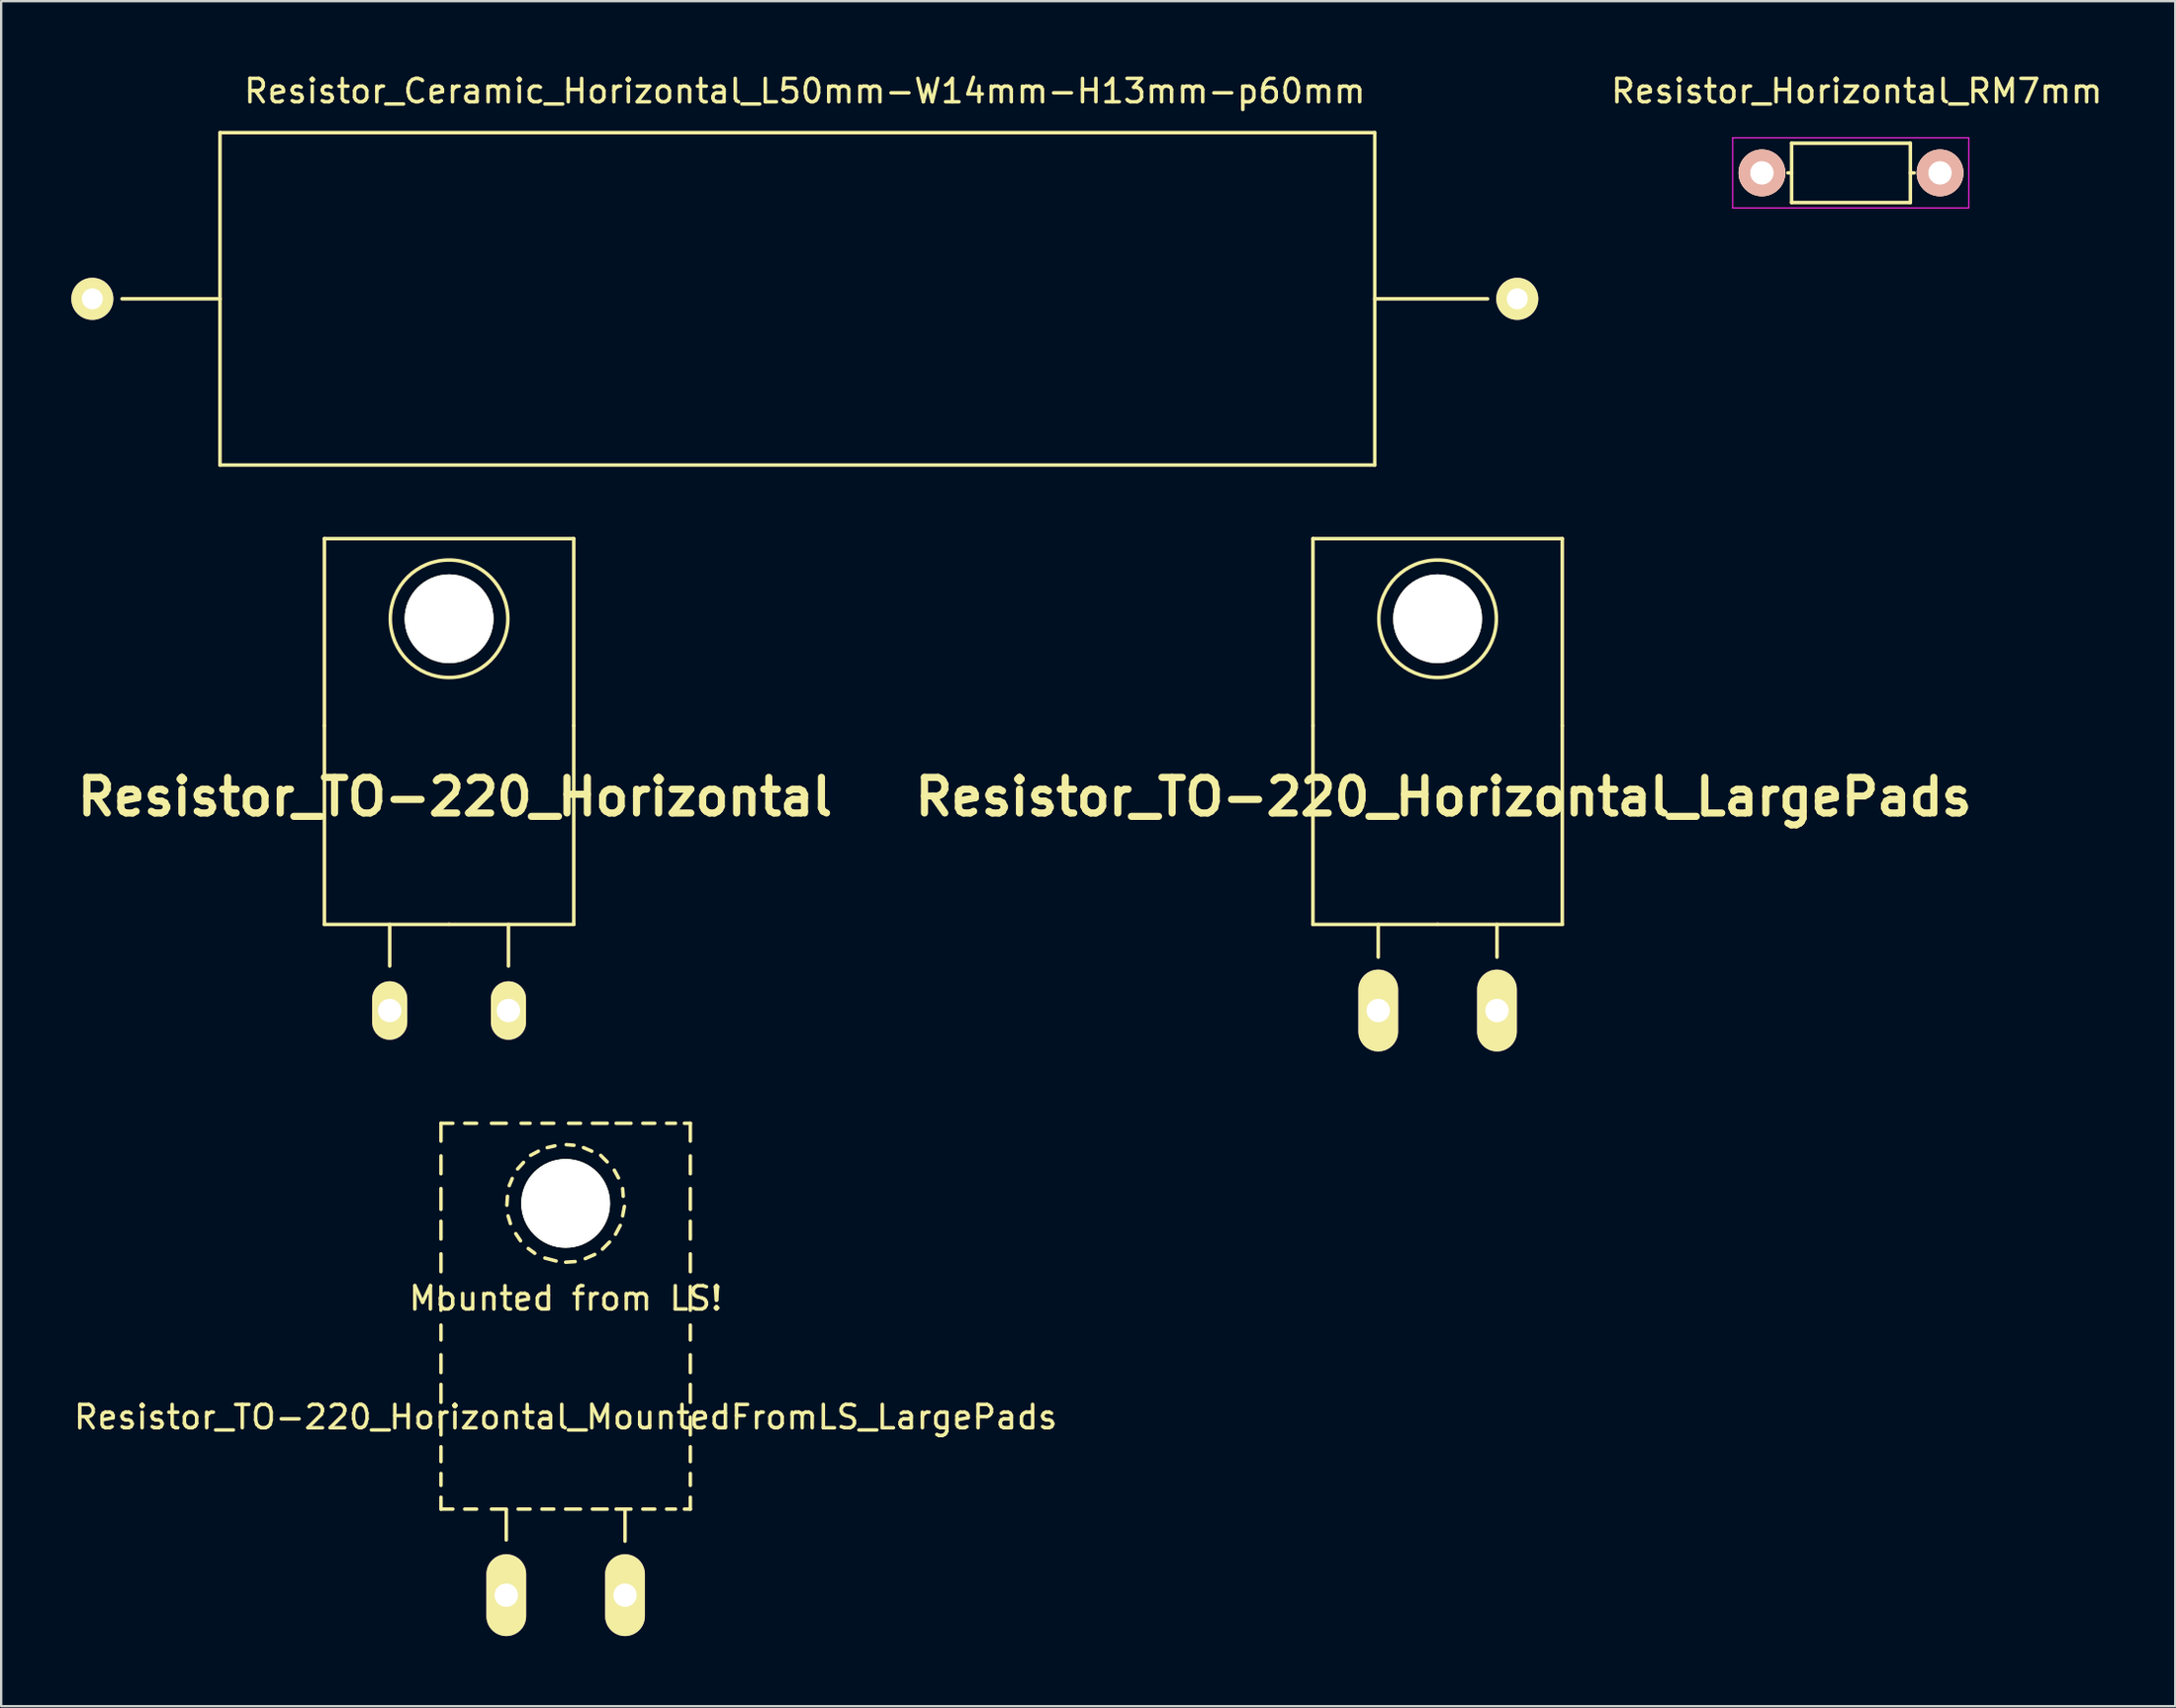
<source format=kicad_pcb>
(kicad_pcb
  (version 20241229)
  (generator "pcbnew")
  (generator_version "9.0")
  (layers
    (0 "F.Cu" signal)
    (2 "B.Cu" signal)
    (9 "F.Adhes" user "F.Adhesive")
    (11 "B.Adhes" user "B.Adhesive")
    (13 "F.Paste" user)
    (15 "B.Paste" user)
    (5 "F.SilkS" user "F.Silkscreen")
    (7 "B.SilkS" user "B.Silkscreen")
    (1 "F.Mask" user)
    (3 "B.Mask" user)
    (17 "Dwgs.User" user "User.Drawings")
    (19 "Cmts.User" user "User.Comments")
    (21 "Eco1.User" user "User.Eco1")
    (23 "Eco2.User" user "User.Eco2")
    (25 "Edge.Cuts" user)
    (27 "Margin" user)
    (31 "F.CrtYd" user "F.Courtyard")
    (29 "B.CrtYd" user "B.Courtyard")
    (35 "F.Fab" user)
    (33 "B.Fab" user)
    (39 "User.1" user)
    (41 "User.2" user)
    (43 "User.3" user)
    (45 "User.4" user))
  (footprint "Resistor_TO-220_Horizontal_MountedFromLS_LargePads"
    (layer "F.Cu")
    (at 21.149 65.211)
    (property "Reference" "Resistor_TO-220_Horizontal_MountedFromLS_LargePads" (at 0 -7.62 0) (layer "F.SilkS") (effects (font (size 1 1) (thickness 0.15))))
    (attr through_hole)
    (fp_line (start -5.334 -20.193) (end -5.334 -19.431) (stroke (width 0.15) (type solid)) (layer "F.SilkS"))
    (fp_line (start -5.334 -20.193) (end -4.826 -20.193) (stroke (width 0.15) (type solid)) (layer "F.SilkS"))
    (fp_line (start -5.334 -18.796) (end -5.334 -18.034) (stroke (width 0.15) (type solid)) (layer "F.SilkS"))
    (fp_line (start -5.334 -17.399) (end -5.334 -16.51) (stroke (width 0.15) (type solid)) (layer "F.SilkS"))
    (fp_line (start -5.334 -16.002) (end -5.334 -15.24) (stroke (width 0.15) (type solid)) (layer "F.SilkS"))
    (fp_line (start -5.334 -14.605) (end -5.334 -13.843) (stroke (width 0.15) (type solid)) (layer "F.SilkS"))
    (fp_line (start -5.334 -13.208) (end -5.334 -12.192) (stroke (width 0.15) (type solid)) (layer "F.SilkS"))
    (fp_line (start -5.334 -11.557) (end -5.334 -10.922) (stroke (width 0.15) (type solid)) (layer "F.SilkS"))
    (fp_line (start -5.334 -10.287) (end -5.334 -9.525) (stroke (width 0.15) (type solid)) (layer "F.SilkS"))
    (fp_line (start -5.334 -9.017) (end -5.334 -8.255) (stroke (width 0.15) (type solid)) (layer "F.SilkS"))
    (fp_line (start -5.334 -7.62) (end -5.334 -6.858) (stroke (width 0.15) (type solid)) (layer "F.SilkS"))
    (fp_line (start -5.334 -6.35) (end -5.334 -5.715) (stroke (width 0.15) (type solid)) (layer "F.SilkS"))
    (fp_line (start -5.334 -5.207) (end -5.334 -4.699) (stroke (width 0.15) (type solid)) (layer "F.SilkS"))
    (fp_line (start -5.334 -4.191) (end -5.334 -3.683) (stroke (width 0.15) (type solid)) (layer "F.SilkS"))
    (fp_line (start -5.334 -3.683) (end -4.826 -3.683) (stroke (width 0.15) (type solid)) (layer "F.SilkS"))
    (fp_line (start -4.318 -20.193) (end -3.81 -20.193) (stroke (width 0.15) (type solid)) (layer "F.SilkS"))
    (fp_line (start -4.318 -3.683) (end -3.81 -3.683) (stroke (width 0.15) (type solid)) (layer "F.SilkS"))
    (fp_line (start -3.175 -20.193) (end -2.54 -20.193) (stroke (width 0.15) (type solid)) (layer "F.SilkS"))
    (fp_line (start -3.175 -3.683) (end -2.54 -3.683) (stroke (width 0.15) (type solid)) (layer "F.SilkS"))
    (fp_line (start -2.54 -3.658) (end -2.54 -2.362) (stroke (width 0.15) (type solid)) (layer "F.SilkS"))
    (fp_line (start -2.515 -16.688) (end -2.489 -17.069) (stroke (width 0.15) (type solid)) (layer "F.SilkS"))
    (fp_line (start -2.413 -17.526) (end -2.286 -17.831) (stroke (width 0.15) (type solid)) (layer "F.SilkS"))
    (fp_line (start -2.362 -15.9) (end -2.464 -16.231) (stroke (width 0.15) (type solid)) (layer "F.SilkS"))
    (fp_line (start -2.057 -18.237) (end -1.803 -18.517) (stroke (width 0.15) (type solid)) (layer "F.SilkS"))
    (fp_line (start -2.032 -3.683) (end -1.524 -3.683) (stroke (width 0.15) (type solid)) (layer "F.SilkS"))
    (fp_line (start -1.93 -15.164) (end -2.134 -15.469) (stroke (width 0.15) (type solid)) (layer "F.SilkS"))
    (fp_line (start -1.905 -20.193) (end -1.524 -20.193) (stroke (width 0.15) (type solid)) (layer "F.SilkS"))
    (fp_line (start -1.499 -18.821) (end -1.168 -18.999) (stroke (width 0.15) (type solid)) (layer "F.SilkS"))
    (fp_line (start -1.321 -14.63) (end -1.6 -14.834) (stroke (width 0.15) (type solid)) (layer "F.SilkS"))
    (fp_line (start -1.016 -20.193) (end -0.508 -20.193) (stroke (width 0.15) (type solid)) (layer "F.SilkS"))
    (fp_line (start -1.016 -3.683) (end -0.508 -3.683) (stroke (width 0.15) (type solid)) (layer "F.SilkS"))
    (fp_line (start -0.787 -19.152) (end -0.457 -19.228) (stroke (width 0.15) (type solid)) (layer "F.SilkS"))
    (fp_line (start -0.406 -14.3) (end -0.889 -14.427) (stroke (width 0.15) (type solid)) (layer "F.SilkS"))
    (fp_line (start 0 -3.683) (end 0.635 -3.683) (stroke (width 0.15) (type solid)) (layer "F.SilkS"))
    (fp_line (start 0.025 -19.279) (end 0.356 -19.253) (stroke (width 0.15) (type solid)) (layer "F.SilkS"))
    (fp_line (start 0.127 -20.193) (end 0.635 -20.193) (stroke (width 0.15) (type solid)) (layer "F.SilkS"))
    (fp_line (start 0.406 -14.275) (end 0 -14.249) (stroke (width 0.15) (type solid)) (layer "F.SilkS"))
    (fp_line (start 0.762 -19.152) (end 1.118 -18.999) (stroke (width 0.15) (type solid)) (layer "F.SilkS"))
    (fp_line (start 1.143 -20.193) (end 1.778 -20.193) (stroke (width 0.15) (type solid)) (layer "F.SilkS"))
    (fp_line (start 1.143 -3.683) (end 1.778 -3.683) (stroke (width 0.15) (type solid)) (layer "F.SilkS"))
    (fp_line (start 1.245 -14.58) (end 0.838 -14.402) (stroke (width 0.15) (type solid)) (layer "F.SilkS"))
    (fp_line (start 1.499 -18.821) (end 1.778 -18.542) (stroke (width 0.15) (type solid)) (layer "F.SilkS"))
    (fp_line (start 1.88 -15.113) (end 1.575 -14.808) (stroke (width 0.15) (type solid)) (layer "F.SilkS"))
    (fp_line (start 2.083 -18.186) (end 2.261 -17.856) (stroke (width 0.15) (type solid)) (layer "F.SilkS"))
    (fp_line (start 2.159 -20.193) (end 2.794 -20.193) (stroke (width 0.15) (type solid)) (layer "F.SilkS"))
    (fp_line (start 2.159 -3.683) (end 2.794 -3.683) (stroke (width 0.15) (type solid)) (layer "F.SilkS"))
    (fp_line (start 2.337 -15.824) (end 2.134 -15.443) (stroke (width 0.15) (type solid)) (layer "F.SilkS"))
    (fp_line (start 2.438 -17.399) (end 2.464 -17.069) (stroke (width 0.15) (type solid)) (layer "F.SilkS"))
    (fp_line (start 2.515 -16.637) (end 2.438 -16.231) (stroke (width 0.15) (type solid)) (layer "F.SilkS"))
    (fp_line (start 2.54 -3.658) (end 2.54 -2.311) (stroke (width 0.15) (type solid)) (layer "F.SilkS"))
    (fp_line (start 3.302 -20.193) (end 3.81 -20.193) (stroke (width 0.15) (type solid)) (layer "F.SilkS"))
    (fp_line (start 3.302 -3.683) (end 3.81 -3.683) (stroke (width 0.15) (type solid)) (layer "F.SilkS"))
    (fp_line (start 4.318 -20.193) (end 4.699 -20.193) (stroke (width 0.15) (type solid)) (layer "F.SilkS"))
    (fp_line (start 4.318 -3.683) (end 4.699 -3.683) (stroke (width 0.15) (type solid)) (layer "F.SilkS"))
    (fp_line (start 5.08 -20.193) (end 5.334 -20.193) (stroke (width 0.15) (type solid)) (layer "F.SilkS"))
    (fp_line (start 5.08 -3.683) (end 5.334 -3.683) (stroke (width 0.15) (type solid)) (layer "F.SilkS"))
    (fp_line (start 5.334 -20.193) (end 5.334 -19.431) (stroke (width 0.15) (type solid)) (layer "F.SilkS"))
    (fp_line (start 5.334 -18.796) (end 5.334 -18.034) (stroke (width 0.15) (type solid)) (layer "F.SilkS"))
    (fp_line (start 5.334 -17.399) (end 5.334 -16.51) (stroke (width 0.15) (type solid)) (layer "F.SilkS"))
    (fp_line (start 5.334 -16.002) (end 5.334 -15.24) (stroke (width 0.15) (type solid)) (layer "F.SilkS"))
    (fp_line (start 5.334 -14.605) (end 5.334 -13.843) (stroke (width 0.15) (type solid)) (layer "F.SilkS"))
    (fp_line (start 5.334 -13.208) (end 5.334 -12.192) (stroke (width 0.15) (type solid)) (layer "F.SilkS"))
    (fp_line (start 5.334 -11.557) (end 5.334 -10.922) (stroke (width 0.15) (type solid)) (layer "F.SilkS"))
    (fp_line (start 5.334 -10.287) (end 5.334 -9.525) (stroke (width 0.15) (type solid)) (layer "F.SilkS"))
    (fp_line (start 5.334 -9.017) (end 5.334 -8.255) (stroke (width 0.15) (type solid)) (layer "F.SilkS"))
    (fp_line (start 5.334 -7.62) (end 5.334 -6.858) (stroke (width 0.15) (type solid)) (layer "F.SilkS"))
    (fp_line (start 5.334 -6.35) (end 5.334 -5.715) (stroke (width 0.15) (type solid)) (layer "F.SilkS"))
    (fp_line (start 5.334 -5.207) (end 5.334 -4.699) (stroke (width 0.15) (type solid)) (layer "F.SilkS"))
    (fp_line (start 5.334 -4.191) (end 5.334 -3.683) (stroke (width 0.15) (type solid)) (layer "F.SilkS"))
    (fp_text user "Mounted from LS!" (at 0 -12.7 0) (layer "F.SilkS") (effects (font (size 1 1) (thickness 0.15))))
    (pad "" np_thru_hole circle (at 0 -16.764 90) (size 3.8 3.8) (drill 3.8) (layers "*.Cu" "*.Mask" "F.SilkS"))
    (pad "1" thru_hole oval (at 2.54 0 90) (size 3.5 1.699) (drill 1.001) (layers "*.Cu" "*.Mask" "F.SilkS"))
    (pad "3" thru_hole oval (at -2.54 0 90) (size 3.5 1.699) (drill 1.001) (layers "*.Cu" "*.Mask" "F.SilkS")))
  (footprint "Resistor_TO-220_Horizontal_LargePads"
    (layer "F.Cu")
    (at 58.452 40.193)
    (property "Reference" "Resistor_TO-220_Horizontal_LargePads" (at 0.254 -9.144 0) (layer "F.SilkS") (effects (font (size 1.524 1.524) (thickness 0.305))))
    (attr through_hole)
    (fp_line (start -5.334 -20.193) (end -5.334 -12.192) (stroke (width 0.15) (type solid)) (layer "F.SilkS"))
    (fp_line (start -5.334 -12.192) (end -5.334 -3.683) (stroke (width 0.15) (type solid)) (layer "F.SilkS"))
    (fp_line (start -2.54 -3.683) (end -2.54 -2.286) (stroke (width 0.15) (type solid)) (layer "F.SilkS"))
    (fp_line (start 0 -3.683) (end -5.334 -3.683) (stroke (width 0.15) (type solid)) (layer "F.SilkS"))
    (fp_line (start 0 -3.683) (end 5.334 -3.683) (stroke (width 0.15) (type solid)) (layer "F.SilkS"))
    (fp_line (start 2.54 -3.683) (end 2.54 -2.286) (stroke (width 0.15) (type solid)) (layer "F.SilkS"))
    (fp_line (start 5.334 -20.193) (end -5.334 -20.193) (stroke (width 0.15) (type solid)) (layer "F.SilkS"))
    (fp_line (start 5.334 -12.192) (end 5.334 -20.193) (stroke (width 0.15) (type solid)) (layer "F.SilkS"))
    (fp_line (start 5.334 -3.683) (end 5.334 -12.192) (stroke (width 0.15) (type solid)) (layer "F.SilkS"))
    (fp_circle (center 0 -16.764) (end 1.778 -14.986) (stroke (width 0.15) (type solid)) (fill no) (layer "F.SilkS"))
    (pad "" np_thru_hole circle (at 0 -16.764 90) (size 3.8 3.8) (drill 3.8) (layers "*.Cu" "*.Mask" "F.SilkS"))
    (pad "1" thru_hole oval (at -2.54 0 90) (size 3.5 1.699) (drill 1.001) (layers "*.Cu" "*.Mask" "F.SilkS"))
    (pad "2" thru_hole oval (at 2.54 0 90) (size 3.5 1.699) (drill 1.001) (layers "*.Cu" "*.Mask" "F.SilkS")))
  (footprint "Resistor_Ceramic_Horizontal_L50mm-W14mm-H13mm-p60mm"
    (layer "F.Cu")
    (at 31.38 9.738)
    (property "Reference" "Resistor_Ceramic_Horizontal_L50mm-W14mm-H13mm-p60mm" (at 0 -8.89 0) (layer "F.SilkS") (effects (font (size 1 1) (thickness 0.15))))
    (attr through_hole)
    (fp_line (start -25.019 -7.112) (end -25.019 7.112) (stroke (width 0.15) (type solid)) (layer "F.SilkS"))
    (fp_line (start -25.019 0) (end -29.21 0) (stroke (width 0.15) (type solid)) (layer "F.SilkS"))
    (fp_line (start -25.019 7.112) (end 24.384 7.112) (stroke (width 0.15) (type solid)) (layer "F.SilkS"))
    (fp_line (start 24.384 -7.112) (end -25.019 -7.112) (stroke (width 0.15) (type solid)) (layer "F.SilkS"))
    (fp_line (start 24.384 0) (end 29.21 0) (stroke (width 0.15) (type solid)) (layer "F.SilkS"))
    (fp_line (start 24.384 7.112) (end 24.384 -7.112) (stroke (width 0.15) (type solid)) (layer "F.SilkS"))
    (pad "1" thru_hole circle (at -30.48 0 180) (size 1.8 1.8) (drill 0.9) (layers "*.Cu" "*.Mask" "F.SilkS"))
    (pad "2" thru_hole circle (at 30.48 0 180) (size 1.8 1.8) (drill 0.9) (layers "*.Cu" "*.Mask" "F.SilkS")))
  (footprint "Resistor_TO-220_Horizontal"
    (layer "F.Cu")
    (at 16.162 40.193)
    (property "Reference" "Resistor_TO-220_Horizontal" (at 0.254 -9.144 0) (layer "F.SilkS") (effects (font (size 1.524 1.524) (thickness 0.305))))
    (attr through_hole)
    (fp_line (start -5.334 -20.193) (end -5.334 -12.192) (stroke (width 0.15) (type solid)) (layer "F.SilkS"))
    (fp_line (start -5.334 -12.192) (end -5.334 -3.683) (stroke (width 0.15) (type solid)) (layer "F.SilkS"))
    (fp_line (start -2.54 -3.683) (end -2.54 -1.905) (stroke (width 0.15) (type solid)) (layer "F.SilkS"))
    (fp_line (start 0 -3.683) (end -5.334 -3.683) (stroke (width 0.15) (type solid)) (layer "F.SilkS"))
    (fp_line (start 0 -3.683) (end 5.334 -3.683) (stroke (width 0.15) (type solid)) (layer "F.SilkS"))
    (fp_line (start 2.54 -3.683) (end 2.54 -1.905) (stroke (width 0.15) (type solid)) (layer "F.SilkS"))
    (fp_line (start 5.334 -20.193) (end -5.334 -20.193) (stroke (width 0.15) (type solid)) (layer "F.SilkS"))
    (fp_line (start 5.334 -12.192) (end 5.334 -20.193) (stroke (width 0.15) (type solid)) (layer "F.SilkS"))
    (fp_line (start 5.334 -3.683) (end 5.334 -12.192) (stroke (width 0.15) (type solid)) (layer "F.SilkS"))
    (fp_circle (center 0 -16.764) (end 1.778 -14.986) (stroke (width 0.15) (type solid)) (fill no) (layer "F.SilkS"))
    (pad "" np_thru_hole circle (at 0 -16.764 90) (size 3.8 3.8) (drill 3.8) (layers "*.Cu" "*.Mask" "F.SilkS"))
    (pad "1" thru_hole oval (at -2.54 0 90) (size 2.499 1.501) (drill 1.001) (layers "*.Cu" "*.Mask" "F.SilkS"))
    (pad "2" thru_hole oval (at 2.54 0 90) (size 2.499 1.501) (drill 1.001) (layers "*.Cu" "*.Mask" "F.SilkS")))
  (footprint "Resistor_Horizontal_RM7mm"
    (layer "F.Cu")
    (at 72.326 4.348)
    (property "Reference" "Resistor_Horizontal_RM7mm" (at 4.059 -3.5 0) (layer "F.SilkS") (effects (font (size 1 1) (thickness 0.15))))
    (attr through_hole)
    (fp_line (start 1.27 -1.27) (end 6.35 -1.27) (stroke (width 0.15) (type solid)) (layer "F.SilkS"))
    (fp_line (start 1.27 0) (end 1.11 0) (stroke (width 0.15) (type solid)) (layer "F.SilkS"))
    (fp_line (start 1.27 1.27) (end 1.27 -1.27) (stroke (width 0.15) (type solid)) (layer "F.SilkS"))
    (fp_line (start 6.35 -1.27) (end 6.35 1.27) (stroke (width 0.15) (type solid)) (layer "F.SilkS"))
    (fp_line (start 6.35 0) (end 6.51 0) (stroke (width 0.15) (type solid)) (layer "F.SilkS"))
    (fp_line (start 6.35 1.27) (end 1.27 1.27) (stroke (width 0.15) (type solid)) (layer "F.SilkS"))
    (fp_line (start -1.25 -1.5) (end 8.85 -1.5) (stroke (width 0.05) (type solid)) (layer "F.CrtYd"))
    (fp_line (start -1.25 1.5) (end -1.25 -1.5) (stroke (width 0.05) (type solid)) (layer "F.CrtYd"))
    (fp_line (start -1.25 1.5) (end 8.85 1.5) (stroke (width 0.05) (type solid)) (layer "F.CrtYd"))
    (fp_line (start 8.85 -1.5) (end 8.85 1.5) (stroke (width 0.05) (type solid)) (layer "F.CrtYd"))
    (pad "1" thru_hole circle (at 0 0) (size 1.999 1.999) (drill 1.001) (layers "*.Cu" "*.SilkS" "*.Mask"))
    (pad "2" thru_hole circle (at 7.62 0) (size 1.999 1.999) (drill 1.001) (layers "*.Cu" "*.SilkS" "*.Mask")))
  (gr_rect
    (start -3 -3)
    (end 90.01 69.961)
    (stroke (width 0.1) (type default))
    (fill no)
    (layer "Edge.Cuts")))
</source>
